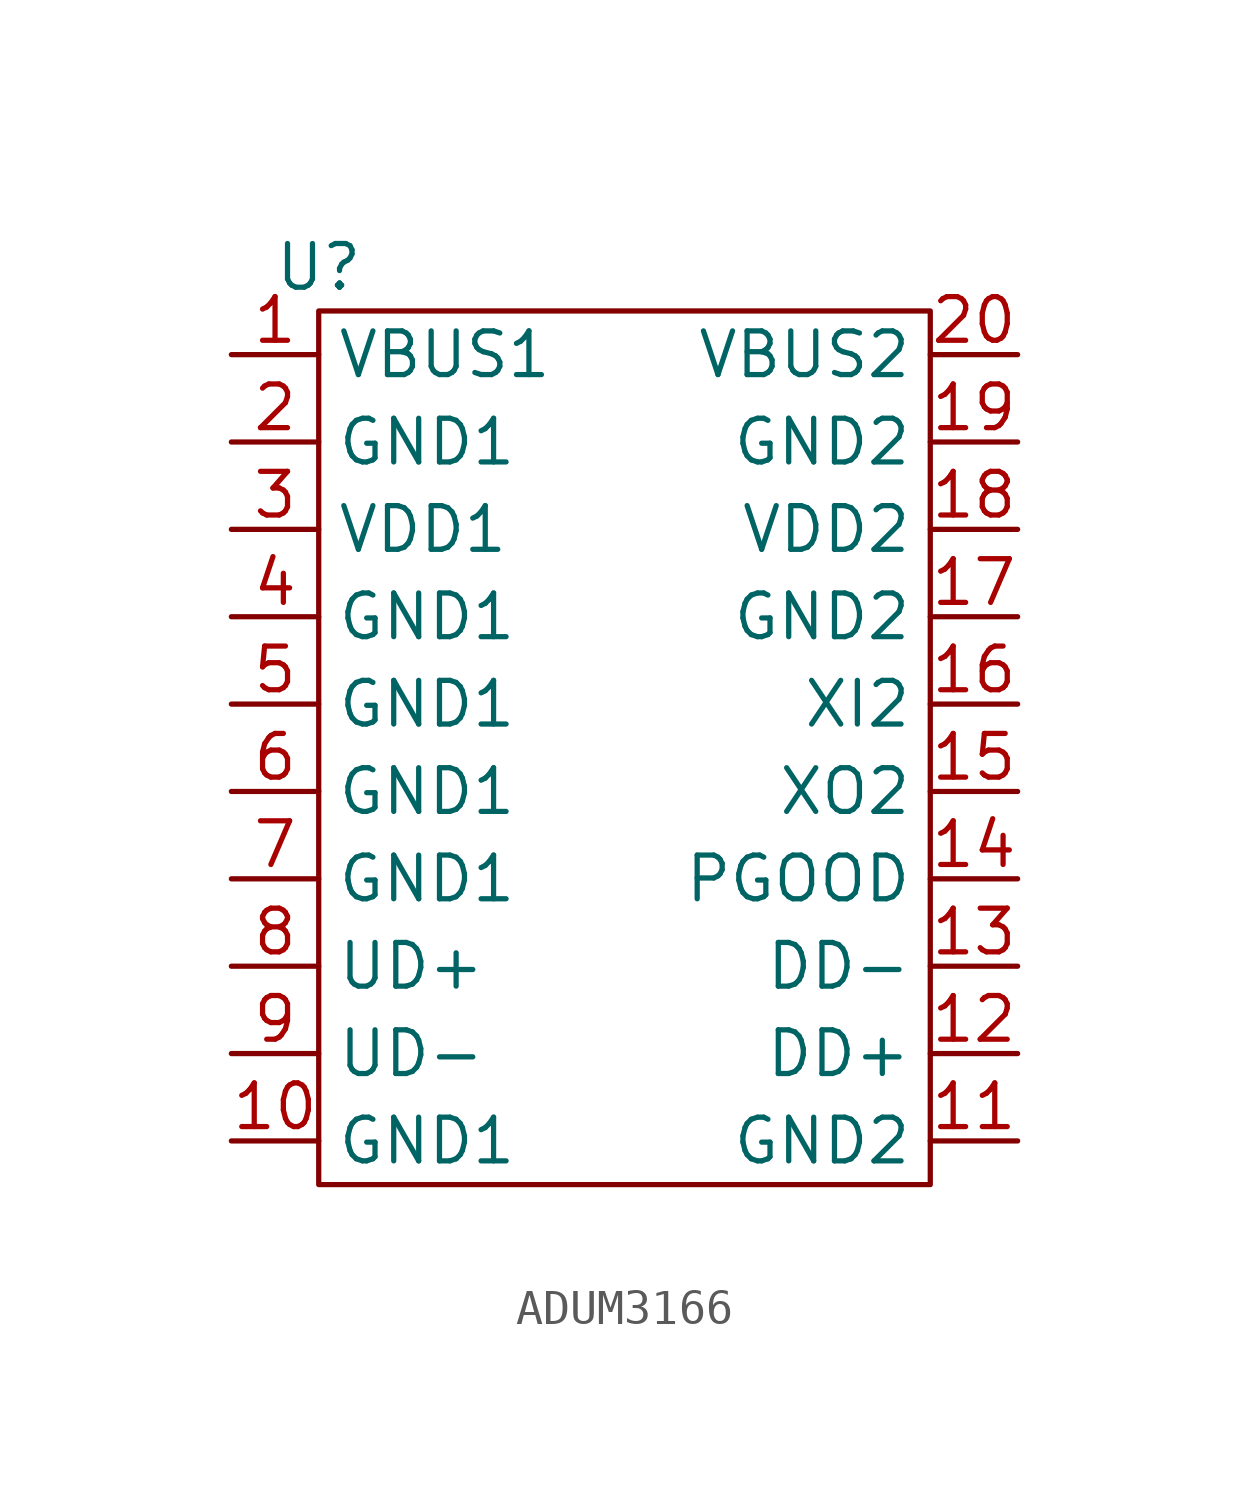
<source format=kicad_sym>
(kicad_symbol_lib
  (version 20220914)
  (generator kicad_symbol_editor)
  (symbol "ADUM3166"
    (property "Reference" "U"
      (at -8.89 13.97 0)
      (effects (font (size 1.27 1.27))))
    (property "Value" ""
      (at -8.89 13.97 0)
      (effects (font (size 1.27 1.27))))
    (symbol "ADUM3166_0_1"
      (rectangle (start -8.89 12.7) (end 8.89 -12.7) (stroke (width 0) (type default)) (fill (type none))))
    (symbol "ADUM3166_1_1"
      (pin power_in line (at -11.43 11.43 0) (length 2.54) (name "VBUS1" (effects (font (size 1.27 1.27)))) (number "1" (effects (font (size 1.27 1.27)))))
      (pin power_in line (at -11.43 -11.43 0) (length 2.54) (name "GND1" (effects (font (size 1.27 1.27)))) (number "10" (effects (font (size 1.27 1.27)))))
      (pin power_in line (at 11.43 -11.43 180) (length 2.54) (name "GND2" (effects (font (size 1.27 1.27)))) (number "11" (effects (font (size 1.27 1.27)))))
      (pin bidirectional line (at 11.43 -8.89 180) (length 2.54) (name "DD+" (effects (font (size 1.27 1.27)))) (number "12" (effects (font (size 1.27 1.27)))))
      (pin bidirectional line (at 11.43 -6.35 180) (length 2.54) (name "DD-" (effects (font (size 1.27 1.27)))) (number "13" (effects (font (size 1.27 1.27)))))
      (pin output line (at 11.43 -3.81 180) (length 2.54) (name "PGOOD" (effects (font (size 1.27 1.27)))) (number "14" (effects (font (size 1.27 1.27)))))
      (pin output line (at 11.43 -1.27 180) (length 2.54) (name "XO2" (effects (font (size 1.27 1.27)))) (number "15" (effects (font (size 1.27 1.27)))))
      (pin input line (at 11.43 1.27 180) (length 2.54) (name "XI2" (effects (font (size 1.27 1.27)))) (number "16" (effects (font (size 1.27 1.27)))))
      (pin power_in line (at 11.43 3.81 180) (length 2.54) (name "GND2" (effects (font (size 1.27 1.27)))) (number "17" (effects (font (size 1.27 1.27)))))
      (pin power_in line (at 11.43 6.35 180) (length 2.54) (name "VDD2" (effects (font (size 1.27 1.27)))) (number "18" (effects (font (size 1.27 1.27)))))
      (pin power_in line (at 11.43 8.89 180) (length 2.54) (name "GND2" (effects (font (size 1.27 1.27)))) (number "19" (effects (font (size 1.27 1.27)))))
      (pin power_in line (at -11.43 8.89 0) (length 2.54) (name "GND1" (effects (font (size 1.27 1.27)))) (number "2" (effects (font (size 1.27 1.27)))))
      (pin power_in line (at 11.43 11.43 180) (length 2.54) (name "VBUS2" (effects (font (size 1.27 1.27)))) (number "20" (effects (font (size 1.27 1.27)))))
      (pin power_in line (at -11.43 6.35 0) (length 2.54) (name "VDD1" (effects (font (size 1.27 1.27)))) (number "3" (effects (font (size 1.27 1.27)))))
      (pin power_in line (at -11.43 3.81 0) (length 2.54) (name "GND1" (effects (font (size 1.27 1.27)))) (number "4" (effects (font (size 1.27 1.27)))))
      (pin power_in line (at -11.43 1.27 0) (length 2.54) (name "GND1" (effects (font (size 1.27 1.27)))) (number "5" (effects (font (size 1.27 1.27)))))
      (pin power_in line (at -11.43 -1.27 0) (length 2.54) (name "GND1" (effects (font (size 1.27 1.27)))) (number "6" (effects (font (size 1.27 1.27)))))
      (pin power_in line (at -11.43 -3.81 0) (length 2.54) (name "GND1" (effects (font (size 1.27 1.27)))) (number "7" (effects (font (size 1.27 1.27)))))
      (pin bidirectional line (at -11.43 -6.35 0) (length 2.54) (name "UD+" (effects (font (size 1.27 1.27)))) (number "8" (effects (font (size 1.27 1.27)))))
      (pin bidirectional line (at -11.43 -8.89 0) (length 2.54) (name "UD-" (effects (font (size 1.27 1.27)))) (number "9" (effects (font (size 1.27 1.27))))))))
</source>
